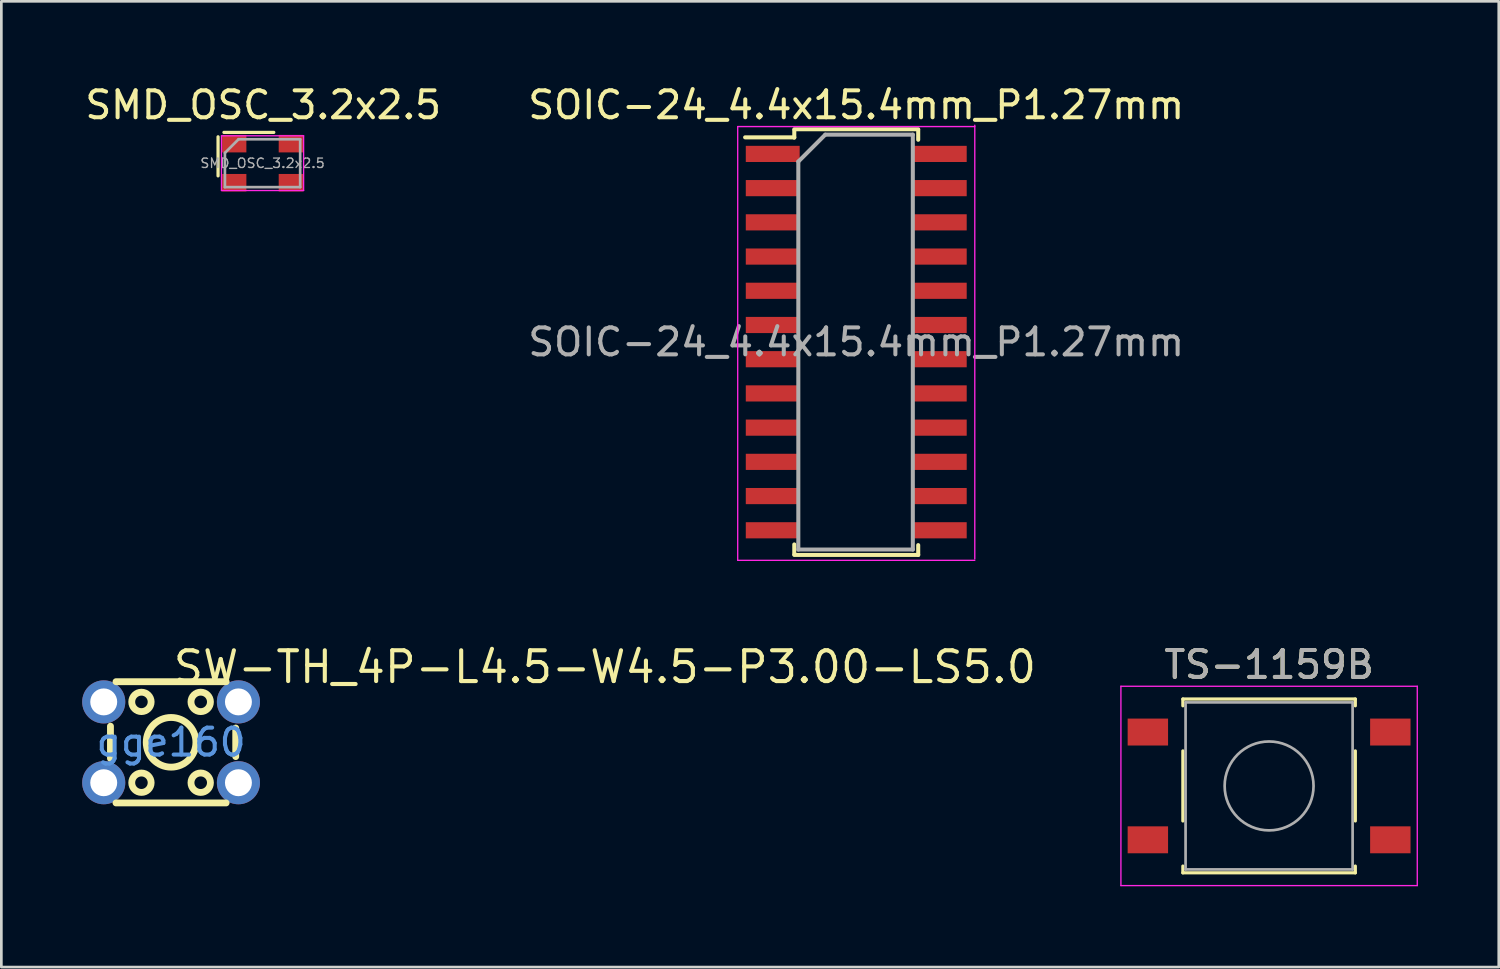
<source format=kicad_pcb>
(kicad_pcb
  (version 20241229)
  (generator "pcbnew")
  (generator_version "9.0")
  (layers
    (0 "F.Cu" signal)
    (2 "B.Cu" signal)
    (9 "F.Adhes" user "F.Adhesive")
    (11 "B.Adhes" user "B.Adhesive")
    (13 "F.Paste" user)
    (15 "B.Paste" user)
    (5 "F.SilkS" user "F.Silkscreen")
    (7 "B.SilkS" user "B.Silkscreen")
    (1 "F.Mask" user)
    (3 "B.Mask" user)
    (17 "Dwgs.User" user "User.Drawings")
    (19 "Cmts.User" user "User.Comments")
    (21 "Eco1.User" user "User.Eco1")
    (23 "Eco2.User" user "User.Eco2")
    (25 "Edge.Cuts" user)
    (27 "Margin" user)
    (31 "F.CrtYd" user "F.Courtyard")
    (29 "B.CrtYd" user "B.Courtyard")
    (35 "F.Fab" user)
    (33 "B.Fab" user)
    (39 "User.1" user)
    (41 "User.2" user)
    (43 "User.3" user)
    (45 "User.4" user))
  (footprint "TS-1159B"
    (layer "F.Cu")
    (at 44.056 26.122)
    (property "Reference" "TS-1159B" (at 0 -4.5 0) (layer "F.SilkS") (effects (font (size 1 1) (thickness 0.15))))
    (attr smd)
    (fp_line (start -3.2 -3.225) (end 3.2 -3.225) (stroke (width 0.12) (type solid)) (layer "F.SilkS"))
    (fp_line (start -3.2 -2.975) (end -3.2 -3.225) (stroke (width 0.12) (type solid)) (layer "F.SilkS"))
    (fp_line (start -3.2 1.3) (end -3.2 -1.3) (stroke (width 0.12) (type solid)) (layer "F.SilkS"))
    (fp_line (start -3.2 3.225) (end -3.2 2.975) (stroke (width 0.12) (type solid)) (layer "F.SilkS"))
    (fp_line (start 3.2 -3.225) (end 3.2 -2.975) (stroke (width 0.12) (type solid)) (layer "F.SilkS"))
    (fp_line (start 3.2 -1.3) (end 3.2 1.3) (stroke (width 0.12) (type solid)) (layer "F.SilkS"))
    (fp_line (start 3.2 2.975) (end 3.2 3.225) (stroke (width 0.12) (type solid)) (layer "F.SilkS"))
    (fp_line (start 3.2 3.225) (end -3.2 3.225) (stroke (width 0.12) (type solid)) (layer "F.SilkS"))
    (fp_line (start -5.5 -3.7) (end -5.5 3.7) (stroke (width 0.05) (type solid)) (layer "F.CrtYd"))
    (fp_line (start -5.5 3.7) (end 5.5 3.7) (stroke (width 0.05) (type solid)) (layer "F.CrtYd"))
    (fp_line (start 5.5 -3.7) (end -5.5 -3.7) (stroke (width 0.05) (type solid)) (layer "F.CrtYd"))
    (fp_line (start 5.5 3.7) (end 5.5 -3.7) (stroke (width 0.05) (type solid)) (layer "F.CrtYd"))
    (fp_line (start -3.1 -3.1) (end 3.1 -3.1) (stroke (width 0.1) (type solid)) (layer "F.Fab"))
    (fp_line (start -3.1 3.1) (end -3.1 -3.1) (stroke (width 0.1) (type solid)) (layer "F.Fab"))
    (fp_line (start 3.1 -3.1) (end 3.1 3.1) (stroke (width 0.1) (type solid)) (layer "F.Fab"))
    (fp_line (start 3.1 3.1) (end -3.1 3.1) (stroke (width 0.1) (type solid)) (layer "F.Fab"))
    (fp_circle (center 0 0) (end 1.65 0) (stroke (width 0.1) (type solid)) (fill no) (layer "F.Fab"))
    (fp_text user "${REFERENCE}" (at 0 -4.5 0) (layer "F.Fab") (effects (font (size 1 1) (thickness 0.15))))
    (pad "1" smd rect (at -4.5 -2) (size 1.5 1) (layers "F.Cu" "F.Mask" "F.Paste"))
    (pad "1" smd rect (at 4.5 -2) (size 1.5 1) (layers "F.Cu" "F.Mask" "F.Paste"))
    (pad "2" smd rect (at -4.5 2) (size 1.5 1) (layers "F.Cu" "F.Mask" "F.Paste"))
    (pad "2" smd rect (at 4.5 2) (size 1.5 1) (layers "F.Cu" "F.Mask" "F.Paste")))
  (footprint "SW-TH_4P-L4.5-W4.5-P3.00-LS5.0"
    (layer "F.Cu")
    (at 3.3 24.503)
    (property "Reference" "SW-TH_4P-L4.5-W4.5-P3.00-LS5.0" (at 0 -2.794 0) (layer "F.SilkS") (effects (font (size 1.143 1.143) (thickness 0.152)) (justify left)))
    (attr through_hole)
    (fp_line (start -2.25 0.599) (end -2.25 -0.599) (stroke (width 0.254) (type solid)) (layer "F.SilkS"))
    (fp_line (start -2.044 -2.25) (end 2.044 -2.25) (stroke (width 0.254) (type solid)) (layer "F.SilkS"))
    (fp_line (start 2.043 2.25) (end -2.044 2.25) (stroke (width 0.254) (type solid)) (layer "F.SilkS"))
    (fp_line (start 2.4 -0.53) (end 2.4 0.53) (stroke (width 0.254) (type solid)) (layer "F.SilkS"))
    (fp_circle (center -1.1 -1.5) (end -0.74 -1.5) (stroke (width 0.254) (type solid)) (fill no) (layer "F.SilkS"))
    (fp_circle (center -1.1 1.5) (end -0.74 1.5) (stroke (width 0.254) (type solid)) (fill no) (layer "F.SilkS"))
    (fp_circle (center 0 0) (end 0.922 0) (stroke (width 0.254) (type solid)) (fill no) (layer "F.SilkS"))
    (fp_circle (center 1.1 -1.5) (end 1.461 -1.5) (stroke (width 0.254) (type solid)) (fill no) (layer "F.SilkS"))
    (fp_circle (center 1.1 1.5) (end 1.461 1.5) (stroke (width 0.254) (type solid)) (fill no) (layer "F.SilkS"))
    (fp_text user "gge160" (at 0 0 0) (layer "Cmts.User") (effects (font (size 1 1) (thickness 0.15))))
    (pad "1" thru_hole circle (at -2.5 -1.5) (size 1.6 1.6) (drill 1) (layers "*.Cu" "*.Paste" "*.Mask"))
    (pad "1" thru_hole circle (at 2.5 -1.5) (size 1.6 1.6) (drill 1) (layers "*.Cu" "*.Paste" "*.Mask"))
    (pad "2" thru_hole circle (at -2.5 1.5) (size 1.6 1.6) (drill 1) (layers "*.Cu" "*.Paste" "*.Mask"))
    (pad "2" thru_hole circle (at 2.5 1.5) (size 1.6 1.6) (drill 1) (layers "*.Cu" "*.Paste" "*.Mask")))
  (footprint "SOIC-24_4.4x15.4mm_P1.27mm"
    (layer "F.Cu")
    (at 28.732 9.648)
    (property "Reference" "SOIC-24_4.4x15.4mm_P1.27mm" (at 0 -8.8 0) (layer "F.SilkS") (effects (font (size 1 1) (thickness 0.15))))
    (attr smd)
    (fp_line (start -2.3 -7.9) (end 2.3 -7.9) (stroke (width 0.15) (type solid)) (layer "F.SilkS"))
    (fp_line (start -2.3 -7.862) (end -2.3 -7.588) (stroke (width 0.15) (type solid)) (layer "F.SilkS"))
    (fp_line (start -2.3 -7.6) (end -4.125 -7.6) (stroke (width 0.15) (type solid)) (layer "F.SilkS"))
    (fp_line (start -2.3 7.875) (end -2.3 7.51) (stroke (width 0.15) (type solid)) (layer "F.SilkS"))
    (fp_line (start -2.3 7.9) (end 2.3 7.9) (stroke (width 0.15) (type solid)) (layer "F.SilkS"))
    (fp_line (start 2.3 -7.875) (end 2.3 -7.51) (stroke (width 0.15) (type solid)) (layer "F.SilkS"))
    (fp_line (start 2.3 7.9) (end 2.3 7.535) (stroke (width 0.15) (type solid)) (layer "F.SilkS"))
    (fp_line (start -4.4 -8) (end -4.4 8.1) (stroke (width 0.05) (type solid)) (layer "F.CrtYd"))
    (fp_line (start -4.4 -8) (end 4.4 -8) (stroke (width 0.05) (type solid)) (layer "F.CrtYd"))
    (fp_line (start -4.4 8.1) (end 4.4 8.1) (stroke (width 0.05) (type solid)) (layer "F.CrtYd"))
    (fp_line (start 4.4 -8.05) (end 4.4 8.05) (stroke (width 0.05) (type solid)) (layer "F.CrtYd"))
    (fp_line (start -2.15 -6.7) (end -1.15 -7.7) (stroke (width 0.15) (type solid)) (layer "F.Fab"))
    (fp_line (start -2.15 7.7) (end -2.15 -6.7) (stroke (width 0.15) (type solid)) (layer "F.Fab"))
    (fp_line (start -1.15 -7.7) (end 2.1 -7.7) (stroke (width 0.15) (type solid)) (layer "F.Fab"))
    (fp_line (start 2.1 -7.7) (end 2.1 7.7) (stroke (width 0.15) (type solid)) (layer "F.Fab"))
    (fp_line (start 2.1 7.7) (end -2.15 7.7) (stroke (width 0.15) (type solid)) (layer "F.Fab"))
    (fp_text user "${REFERENCE}" (at 0 0 0) (layer "F.Fab") (effects (font (size 1 1) (thickness 0.15))))
    (pad "1" smd rect (at -3.1 -6.985) (size 2 0.6) (layers "F.Cu" "F.Mask" "F.Paste"))
    (pad "2" smd rect (at -3.1 -5.715) (size 2 0.6) (layers "F.Cu" "F.Mask" "F.Paste"))
    (pad "3" smd rect (at -3.1 -4.445) (size 2 0.6) (layers "F.Cu" "F.Mask" "F.Paste"))
    (pad "4" smd rect (at -3.1 -3.175) (size 2 0.6) (layers "F.Cu" "F.Mask" "F.Paste"))
    (pad "5" smd rect (at -3.1 -1.905) (size 2 0.6) (layers "F.Cu" "F.Mask" "F.Paste"))
    (pad "6" smd rect (at -3.1 -0.635) (size 2 0.6) (layers "F.Cu" "F.Mask" "F.Paste"))
    (pad "7" smd rect (at -3.1 0.635) (size 2 0.6) (layers "F.Cu" "F.Mask" "F.Paste"))
    (pad "8" smd rect (at -3.1 1.905) (size 2 0.6) (layers "F.Cu" "F.Mask" "F.Paste"))
    (pad "9" smd rect (at -3.1 3.175) (size 2 0.6) (layers "F.Cu" "F.Mask" "F.Paste"))
    (pad "10" smd rect (at -3.1 4.445) (size 2 0.6) (layers "F.Cu" "F.Mask" "F.Paste"))
    (pad "11" smd rect (at -3.1 5.715) (size 2 0.6) (layers "F.Cu" "F.Mask" "F.Paste"))
    (pad "12" smd rect (at -3.1 6.985) (size 2 0.6) (layers "F.Cu" "F.Mask" "F.Paste"))
    (pad "13" smd rect (at 3.1 6.985) (size 2 0.6) (layers "F.Cu" "F.Mask" "F.Paste"))
    (pad "14" smd rect (at 3.1 5.715) (size 2 0.6) (layers "F.Cu" "F.Mask" "F.Paste"))
    (pad "15" smd rect (at 3.1 4.445) (size 2 0.6) (layers "F.Cu" "F.Mask" "F.Paste"))
    (pad "16" smd rect (at 3.1 3.175) (size 2 0.6) (layers "F.Cu" "F.Mask" "F.Paste"))
    (pad "17" smd rect (at 3.1 1.905) (size 2 0.6) (layers "F.Cu" "F.Mask" "F.Paste"))
    (pad "18" smd rect (at 3.1 0.635) (size 2 0.6) (layers "F.Cu" "F.Mask" "F.Paste"))
    (pad "19" smd rect (at 3.1 -0.635) (size 2 0.6) (layers "F.Cu" "F.Mask" "F.Paste"))
    (pad "20" smd rect (at 3.1 -1.905) (size 2 0.6) (layers "F.Cu" "F.Mask" "F.Paste"))
    (pad "21" smd rect (at 3.1 -3.175) (size 2 0.6) (layers "F.Cu" "F.Mask" "F.Paste"))
    (pad "22" smd rect (at 3.1 -4.445) (size 2 0.6) (layers "F.Cu" "F.Mask" "F.Paste"))
    (pad "23" smd rect (at 3.1 -5.715) (size 2 0.6) (layers "F.Cu" "F.Mask" "F.Paste"))
    (pad "24" smd rect (at 3.1 -6.985) (size 2 0.6) (layers "F.Cu" "F.Mask" "F.Paste")))
  (footprint "SMD_OSC_3.2x2.5"
    (layer "F.Cu")
    (at 6.695 3.007)
    (property "Reference" "SMD_OSC_3.2x2.5" (at 0.025 -2.159 0) (layer "F.SilkS") (effects (font (size 1 1) (thickness 0.15))))
    (attr smd)
    (fp_line (start -1.651 -0.979) (end -1.651 0.471) (stroke (width 0.12) (type solid)) (layer "F.SilkS"))
    (fp_line (start -1.433 -1.143) (end 0.417 -1.143) (stroke (width 0.12) (type solid)) (layer "F.SilkS"))
    (fp_line (start -1.524 -1.016) (end -1.524 1.016) (stroke (width 0.05) (type solid)) (layer "F.CrtYd"))
    (fp_line (start -1.524 1.016) (end 1.524 1.016) (stroke (width 0.05) (type solid)) (layer "F.CrtYd"))
    (fp_line (start 1.524 -1.016) (end -1.524 -1.016) (stroke (width 0.05) (type solid)) (layer "F.CrtYd"))
    (fp_line (start 1.524 1.016) (end 1.524 -1.016) (stroke (width 0.05) (type solid)) (layer "F.CrtYd"))
    (fp_line (start -1.397 -0.381) (end -0.889 -0.889) (stroke (width 0.1) (type solid)) (layer "F.Fab"))
    (fp_line (start -1.397 0.889) (end -1.397 -0.381) (stroke (width 0.1) (type solid)) (layer "F.Fab"))
    (fp_line (start -0.889 -0.889) (end 1.397 -0.889) (stroke (width 0.1) (type solid)) (layer "F.Fab"))
    (fp_line (start 1.397 -0.889) (end 1.397 0.889) (stroke (width 0.1) (type solid)) (layer "F.Fab"))
    (fp_line (start 1.397 0.889) (end -1.397 0.889) (stroke (width 0.1) (type solid)) (layer "F.Fab"))
    (fp_text user "${REFERENCE}" (at 0 0 0) (layer "F.Fab") (effects (font (size 0.35 0.35) (thickness 0.05))))
    (pad "1" smd rect (at -1.05 0.725 180) (size 0.9 0.65) (layers "F.Cu" "F.Mask" "F.Paste"))
    (pad "2" smd rect (at 1.05 0.725 180) (size 0.9 0.65) (layers "F.Cu" "F.Mask" "F.Paste"))
    (pad "3" smd rect (at 1.05 -0.725 180) (size 0.9 0.65) (layers "F.Cu" "F.Mask" "F.Paste"))
    (pad "4" smd rect (at -1.05 -0.725 180) (size 0.9 0.65) (layers "F.Cu" "F.Mask" "F.Paste")))
  (gr_rect
    (start -3 -3)
    (end 52.581 32.846)
    (stroke (width 0.1) (type default))
    (fill no)
    (layer "Edge.Cuts")))
</source>
